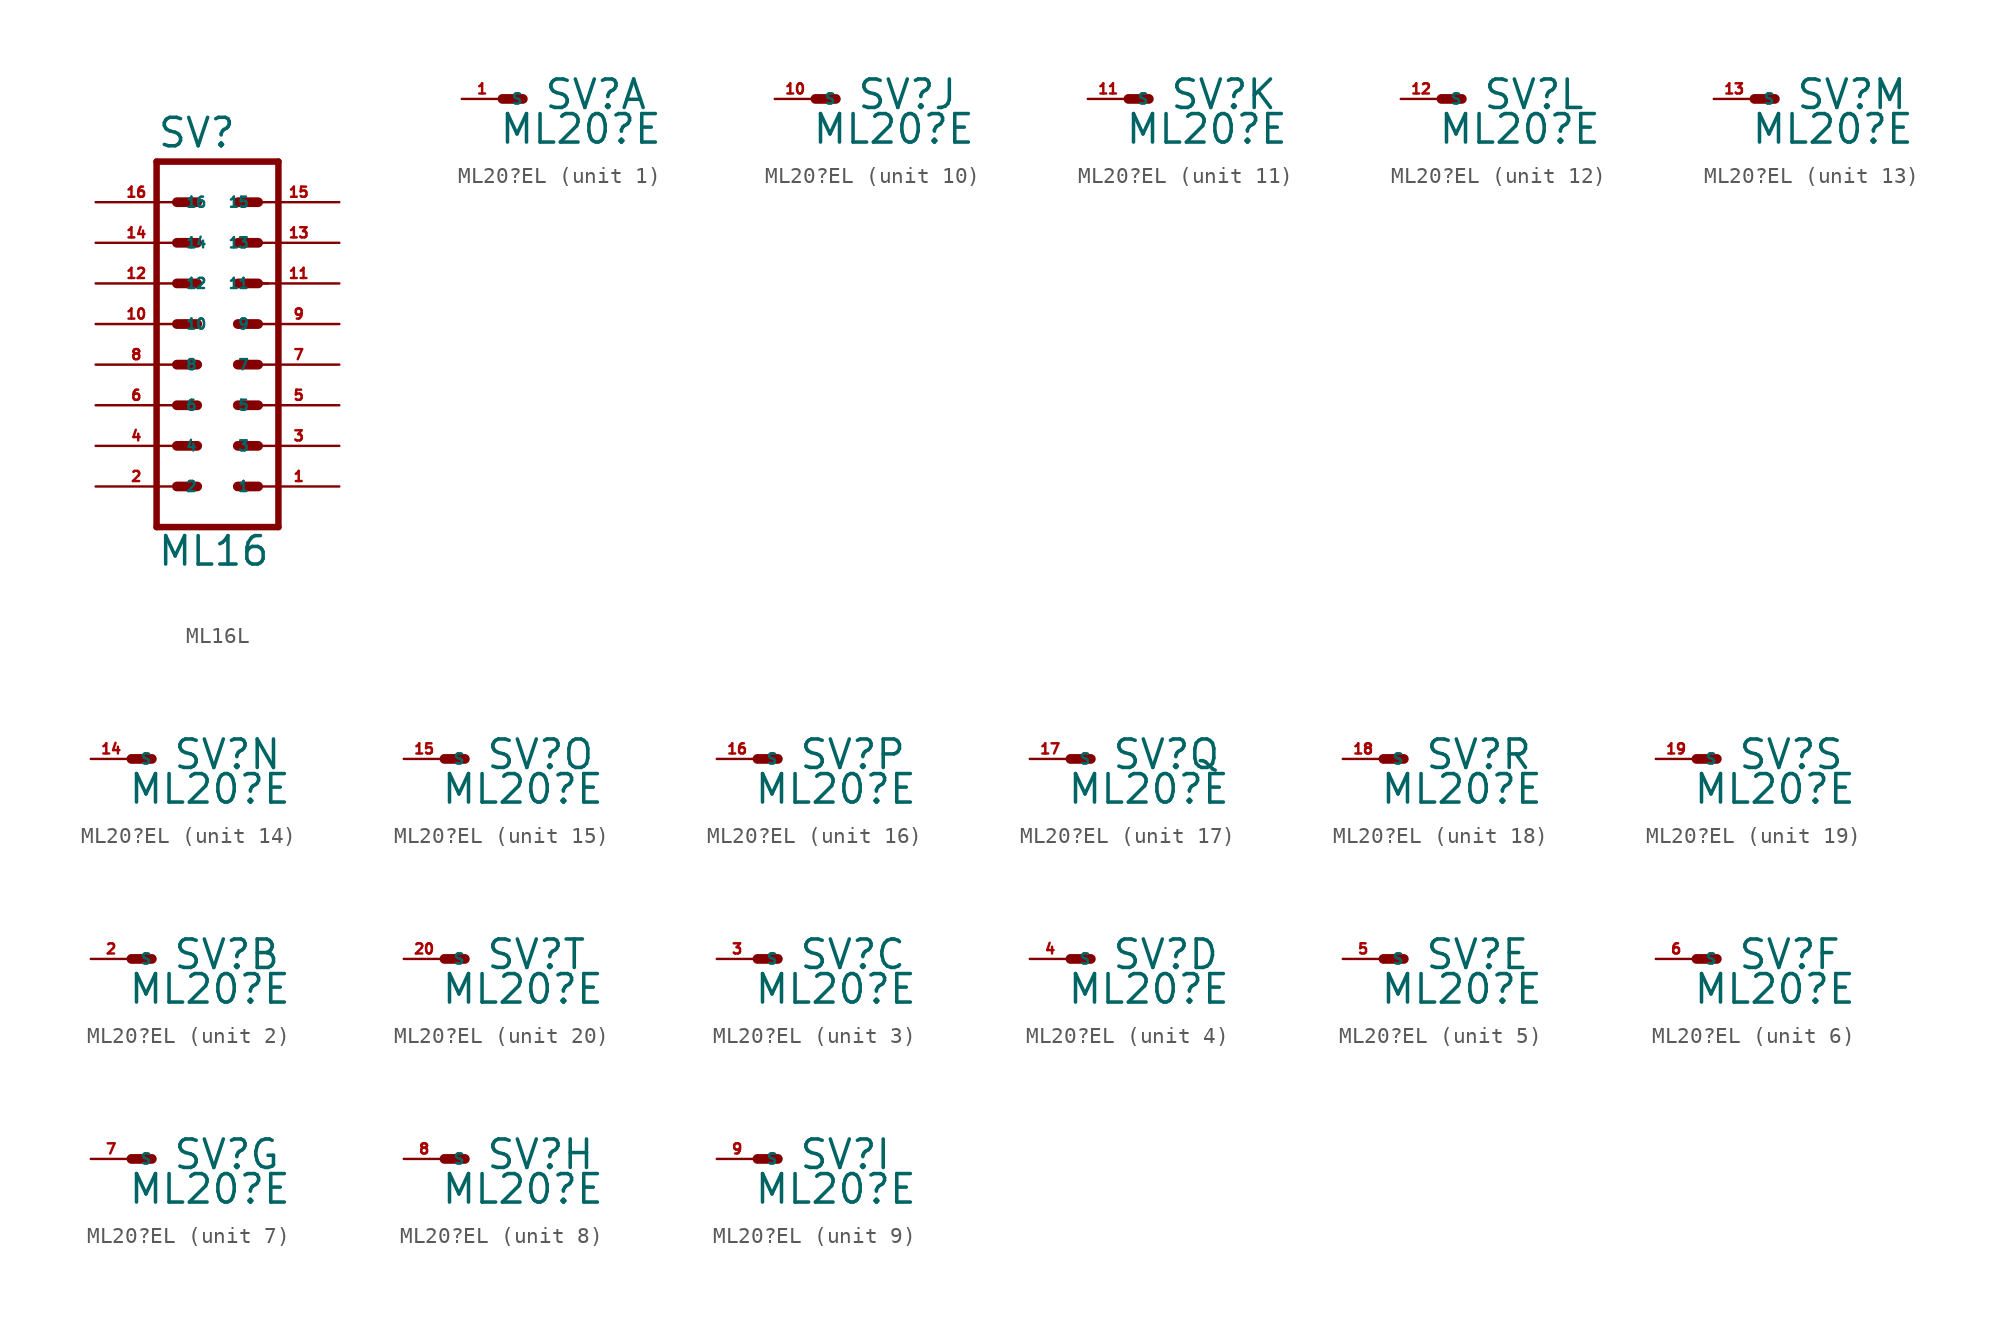
<source format=kicad_sym>
(kicad_symbol_lib
  (version 20220914)
  (generator Eagle2Kicad)
  (symbol "ML16L"
    (property "Reference" "SV"
      (at -3.81 10.922 0)
      (effects (font (size 1.778 1.778) (thickness 0.22)) (justify left bottom)))
    (property "Value" "ML16"
      (at -3.81 -15.24 0)
      (effects (font (size 1.778 1.778) (thickness 0.22)) (justify left bottom)))
    (polyline
      (pts (xy 3.81 -12.7) (xy -3.81 -12.7))
      (stroke (width 0.406) (type default))
      (fill (type none)))
    (polyline
      (pts (xy -3.81 10.16) (xy -3.81 -12.7))
      (stroke (width 0.406) (type default))
      (fill (type none)))
    (polyline
      (pts (xy -3.81 10.16) (xy 3.81 10.16))
      (stroke (width 0.406) (type default))
      (fill (type none)))
    (polyline
      (pts (xy 3.81 -12.7) (xy 3.81 10.16))
      (stroke (width 0.406) (type default))
      (fill (type none)))
    (polyline
      (pts (xy 2.54 2.54) (xy 3.175 2.54))
      (stroke (width 0.152) (type default))
      (fill (type none)))
    (polyline
      (pts (xy 1.27 0) (xy 2.54 0))
      (stroke (width 0.61) (type default))
      (fill (type none)))
    (polyline
      (pts (xy 1.27 -2.54) (xy 2.54 -2.54))
      (stroke (width 0.61) (type default))
      (fill (type none)))
    (polyline
      (pts (xy 1.27 -5.08) (xy 2.54 -5.08))
      (stroke (width 0.61) (type default))
      (fill (type none)))
    (polyline
      (pts (xy 1.27 -7.62) (xy 2.54 -7.62))
      (stroke (width 0.61) (type default))
      (fill (type none)))
    (polyline
      (pts (xy 1.27 -10.16) (xy 2.54 -10.16))
      (stroke (width 0.61) (type default))
      (fill (type none)))
    (polyline
      (pts (xy -2.54 0) (xy -1.27 0))
      (stroke (width 0.61) (type default))
      (fill (type none)))
    (polyline
      (pts (xy -2.54 -2.54) (xy -1.27 -2.54))
      (stroke (width 0.61) (type default))
      (fill (type none)))
    (polyline
      (pts (xy -2.54 -5.08) (xy -1.27 -5.08))
      (stroke (width 0.61) (type default))
      (fill (type none)))
    (polyline
      (pts (xy -2.54 -7.62) (xy -1.27 -7.62))
      (stroke (width 0.61) (type default))
      (fill (type none)))
    (polyline
      (pts (xy -2.54 -10.16) (xy -1.27 -10.16))
      (stroke (width 0.61) (type default))
      (fill (type none)))
    (polyline
      (pts (xy 1.27 2.54) (xy 2.54 2.54))
      (stroke (width 0.61) (type default))
      (fill (type none)))
    (polyline
      (pts (xy 1.27 5.08) (xy 2.54 5.08))
      (stroke (width 0.61) (type default))
      (fill (type none)))
    (polyline
      (pts (xy 1.27 7.62) (xy 2.54 7.62))
      (stroke (width 0.61) (type default))
      (fill (type none)))
    (polyline
      (pts (xy -2.54 2.54) (xy -1.27 2.54))
      (stroke (width 0.61) (type default))
      (fill (type none)))
    (polyline
      (pts (xy -2.54 5.08) (xy -1.27 5.08))
      (stroke (width 0.61) (type default))
      (fill (type none)))
    (polyline
      (pts (xy -2.54 7.62) (xy -1.27 7.62))
      (stroke (width 0.61) (type default))
      (fill (type none)))
    (pin passive line
      (at 7.62 -10.16 180)
      (length 5.08)
      (name "1" (effects (font (size 0.635 0.635) (thickness 0.08)) (justify left bottom)))
      (number "1" (effects (font (size 0.635 0.635) (thickness 0.08)) (justify left bottom))))
    (pin passive line
      (at 7.62 -7.62 180)
      (length 5.08)
      (name "3" (effects (font (size 0.635 0.635) (thickness 0.08)) (justify left bottom)))
      (number "3" (effects (font (size 0.635 0.635) (thickness 0.08)) (justify left bottom))))
    (pin passive line
      (at 7.62 -5.08 180)
      (length 5.08)
      (name "5" (effects (font (size 0.635 0.635) (thickness 0.08)) (justify left bottom)))
      (number "5" (effects (font (size 0.635 0.635) (thickness 0.08)) (justify left bottom))))
    (pin passive line
      (at 7.62 -2.54 180)
      (length 5.08)
      (name "7" (effects (font (size 0.635 0.635) (thickness 0.08)) (justify left bottom)))
      (number "7" (effects (font (size 0.635 0.635) (thickness 0.08)) (justify left bottom))))
    (pin passive line
      (at 7.62 0 180)
      (length 5.08)
      (name "9" (effects (font (size 0.635 0.635) (thickness 0.08)) (justify left bottom)))
      (number "9" (effects (font (size 0.635 0.635) (thickness 0.08)) (justify left bottom))))
    (pin passive line
      (at 7.62 2.54 180)
      (length 5.08)
      (name "11" (effects (font (size 0.635 0.635) (thickness 0.08)) (justify left bottom)))
      (number "11" (effects (font (size 0.635 0.635) (thickness 0.08)) (justify left bottom))))
    (pin passive line
      (at 7.62 5.08 180)
      (length 5.08)
      (name "13" (effects (font (size 0.635 0.635) (thickness 0.08)) (justify left bottom)))
      (number "13" (effects (font (size 0.635 0.635) (thickness 0.08)) (justify left bottom))))
    (pin passive line
      (at 7.62 7.62 180)
      (length 5.08)
      (name "15" (effects (font (size 0.635 0.635) (thickness 0.08)) (justify left bottom)))
      (number "15" (effects (font (size 0.635 0.635) (thickness 0.08)) (justify left bottom))))
    (pin passive line
      (at -7.62 -10.16 0)
      (length 5.08)
      (name "2" (effects (font (size 0.635 0.635) (thickness 0.08)) (justify left bottom)))
      (number "2" (effects (font (size 0.635 0.635) (thickness 0.08)) (justify left bottom))))
    (pin passive line
      (at -7.62 -7.62 0)
      (length 5.08)
      (name "4" (effects (font (size 0.635 0.635) (thickness 0.08)) (justify left bottom)))
      (number "4" (effects (font (size 0.635 0.635) (thickness 0.08)) (justify left bottom))))
    (pin passive line
      (at -7.62 -5.08 0)
      (length 5.08)
      (name "6" (effects (font (size 0.635 0.635) (thickness 0.08)) (justify left bottom)))
      (number "6" (effects (font (size 0.635 0.635) (thickness 0.08)) (justify left bottom))))
    (pin passive line
      (at -7.62 -2.54 0)
      (length 5.08)
      (name "8" (effects (font (size 0.635 0.635) (thickness 0.08)) (justify left bottom)))
      (number "8" (effects (font (size 0.635 0.635) (thickness 0.08)) (justify left bottom))))
    (pin passive line
      (at -7.62 0 0)
      (length 5.08)
      (name "10" (effects (font (size 0.635 0.635) (thickness 0.08)) (justify left bottom)))
      (number "10" (effects (font (size 0.635 0.635) (thickness 0.08)) (justify left bottom))))
    (pin passive line
      (at -7.62 2.54 0)
      (length 5.08)
      (name "12" (effects (font (size 0.635 0.635) (thickness 0.08)) (justify left bottom)))
      (number "12" (effects (font (size 0.635 0.635) (thickness 0.08)) (justify left bottom))))
    (pin passive line
      (at -7.62 5.08 0)
      (length 5.08)
      (name "14" (effects (font (size 0.635 0.635) (thickness 0.08)) (justify left bottom)))
      (number "14" (effects (font (size 0.635 0.635) (thickness 0.08)) (justify left bottom))))
    (pin passive line
      (at -7.62 7.62 0)
      (length 5.08)
      (name "16" (effects (font (size 0.635 0.635) (thickness 0.08)) (justify left bottom)))
      (number "16" (effects (font (size 0.635 0.635) (thickness 0.08)) (justify left bottom)))))
  (symbol "ML20?EL"
    (property "Reference" "SV"
      (at 2.54 -0.762 0)
      (effects (font (size 1.778 1.778) (thickness 0.22)) (justify left bottom)))
    (property "Value" "ML20?E"
      (at -0.254 -2.921 0)
      (effects (font (size 1.778 1.778) (thickness 0.22)) (justify left bottom)))
    (symbol "ML20?EL_1_0"
      (polyline (pts (xy 1.27 0) (xy 0 0)) (stroke (width 0.61) (type default)) (fill (type none)))
      (pin passive line (at -2.54 0 0) (length 2.54) (name "S" (effects (font (size 0.635 0.635) (thickness 0.08)) (justify left bottom))) (number "1" (effects (font (size 0.635 0.635) (thickness 0.08)) (justify left bottom)))))
    (symbol "ML20?EL_2_0"
      (polyline (pts (xy 1.27 0) (xy 0 0)) (stroke (width 0.61) (type default)) (fill (type none)))
      (pin passive line (at -2.54 0 0) (length 2.54) (name "S" (effects (font (size 0.635 0.635) (thickness 0.08)) (justify left bottom))) (number "2" (effects (font (size 0.635 0.635) (thickness 0.08)) (justify left bottom)))))
    (symbol "ML20?EL_3_0"
      (polyline (pts (xy 1.27 0) (xy 0 0)) (stroke (width 0.61) (type default)) (fill (type none)))
      (pin passive line (at -2.54 0 0) (length 2.54) (name "S" (effects (font (size 0.635 0.635) (thickness 0.08)) (justify left bottom))) (number "3" (effects (font (size 0.635 0.635) (thickness 0.08)) (justify left bottom)))))
    (symbol "ML20?EL_4_0"
      (polyline (pts (xy 1.27 0) (xy 0 0)) (stroke (width 0.61) (type default)) (fill (type none)))
      (pin passive line (at -2.54 0 0) (length 2.54) (name "S" (effects (font (size 0.635 0.635) (thickness 0.08)) (justify left bottom))) (number "4" (effects (font (size 0.635 0.635) (thickness 0.08)) (justify left bottom)))))
    (symbol "ML20?EL_5_0"
      (polyline (pts (xy 1.27 0) (xy 0 0)) (stroke (width 0.61) (type default)) (fill (type none)))
      (pin passive line (at -2.54 0 0) (length 2.54) (name "S" (effects (font (size 0.635 0.635) (thickness 0.08)) (justify left bottom))) (number "5" (effects (font (size 0.635 0.635) (thickness 0.08)) (justify left bottom)))))
    (symbol "ML20?EL_6_0"
      (polyline (pts (xy 1.27 0) (xy 0 0)) (stroke (width 0.61) (type default)) (fill (type none)))
      (pin passive line (at -2.54 0 0) (length 2.54) (name "S" (effects (font (size 0.635 0.635) (thickness 0.08)) (justify left bottom))) (number "6" (effects (font (size 0.635 0.635) (thickness 0.08)) (justify left bottom)))))
    (symbol "ML20?EL_7_0"
      (polyline (pts (xy 1.27 0) (xy 0 0)) (stroke (width 0.61) (type default)) (fill (type none)))
      (pin passive line (at -2.54 0 0) (length 2.54) (name "S" (effects (font (size 0.635 0.635) (thickness 0.08)) (justify left bottom))) (number "7" (effects (font (size 0.635 0.635) (thickness 0.08)) (justify left bottom)))))
    (symbol "ML20?EL_8_0"
      (polyline (pts (xy 1.27 0) (xy 0 0)) (stroke (width 0.61) (type default)) (fill (type none)))
      (pin passive line (at -2.54 0 0) (length 2.54) (name "S" (effects (font (size 0.635 0.635) (thickness 0.08)) (justify left bottom))) (number "8" (effects (font (size 0.635 0.635) (thickness 0.08)) (justify left bottom)))))
    (symbol "ML20?EL_9_0"
      (polyline (pts (xy 1.27 0) (xy 0 0)) (stroke (width 0.61) (type default)) (fill (type none)))
      (pin passive line (at -2.54 0 0) (length 2.54) (name "S" (effects (font (size 0.635 0.635) (thickness 0.08)) (justify left bottom))) (number "9" (effects (font (size 0.635 0.635) (thickness 0.08)) (justify left bottom)))))
    (symbol "ML20?EL_10_0"
      (polyline (pts (xy 1.27 0) (xy 0 0)) (stroke (width 0.61) (type default)) (fill (type none)))
      (pin passive line (at -2.54 0 0) (length 2.54) (name "S" (effects (font (size 0.635 0.635) (thickness 0.08)) (justify left bottom))) (number "10" (effects (font (size 0.635 0.635) (thickness 0.08)) (justify left bottom)))))
    (symbol "ML20?EL_11_0"
      (polyline (pts (xy 1.27 0) (xy 0 0)) (stroke (width 0.61) (type default)) (fill (type none)))
      (pin passive line (at -2.54 0 0) (length 2.54) (name "S" (effects (font (size 0.635 0.635) (thickness 0.08)) (justify left bottom))) (number "11" (effects (font (size 0.635 0.635) (thickness 0.08)) (justify left bottom)))))
    (symbol "ML20?EL_12_0"
      (polyline (pts (xy 1.27 0) (xy 0 0)) (stroke (width 0.61) (type default)) (fill (type none)))
      (pin passive line (at -2.54 0 0) (length 2.54) (name "S" (effects (font (size 0.635 0.635) (thickness 0.08)) (justify left bottom))) (number "12" (effects (font (size 0.635 0.635) (thickness 0.08)) (justify left bottom)))))
    (symbol "ML20?EL_13_0"
      (polyline (pts (xy 1.27 0) (xy 0 0)) (stroke (width 0.61) (type default)) (fill (type none)))
      (pin passive line (at -2.54 0 0) (length 2.54) (name "S" (effects (font (size 0.635 0.635) (thickness 0.08)) (justify left bottom))) (number "13" (effects (font (size 0.635 0.635) (thickness 0.08)) (justify left bottom)))))
    (symbol "ML20?EL_14_0"
      (polyline (pts (xy 1.27 0) (xy 0 0)) (stroke (width 0.61) (type default)) (fill (type none)))
      (pin passive line (at -2.54 0 0) (length 2.54) (name "S" (effects (font (size 0.635 0.635) (thickness 0.08)) (justify left bottom))) (number "14" (effects (font (size 0.635 0.635) (thickness 0.08)) (justify left bottom)))))
    (symbol "ML20?EL_15_0"
      (polyline (pts (xy 1.27 0) (xy 0 0)) (stroke (width 0.61) (type default)) (fill (type none)))
      (pin passive line (at -2.54 0 0) (length 2.54) (name "S" (effects (font (size 0.635 0.635) (thickness 0.08)) (justify left bottom))) (number "15" (effects (font (size 0.635 0.635) (thickness 0.08)) (justify left bottom)))))
    (symbol "ML20?EL_16_0"
      (polyline (pts (xy 1.27 0) (xy 0 0)) (stroke (width 0.61) (type default)) (fill (type none)))
      (pin passive line (at -2.54 0 0) (length 2.54) (name "S" (effects (font (size 0.635 0.635) (thickness 0.08)) (justify left bottom))) (number "16" (effects (font (size 0.635 0.635) (thickness 0.08)) (justify left bottom)))))
    (symbol "ML20?EL_17_0"
      (polyline (pts (xy 1.27 0) (xy 0 0)) (stroke (width 0.61) (type default)) (fill (type none)))
      (pin passive line (at -2.54 0 0) (length 2.54) (name "S" (effects (font (size 0.635 0.635) (thickness 0.08)) (justify left bottom))) (number "17" (effects (font (size 0.635 0.635) (thickness 0.08)) (justify left bottom)))))
    (symbol "ML20?EL_18_0"
      (polyline (pts (xy 1.27 0) (xy 0 0)) (stroke (width 0.61) (type default)) (fill (type none)))
      (pin passive line (at -2.54 0 0) (length 2.54) (name "S" (effects (font (size 0.635 0.635) (thickness 0.08)) (justify left bottom))) (number "18" (effects (font (size 0.635 0.635) (thickness 0.08)) (justify left bottom)))))
    (symbol "ML20?EL_19_0"
      (polyline (pts (xy 1.27 0) (xy 0 0)) (stroke (width 0.61) (type default)) (fill (type none)))
      (pin passive line (at -2.54 0 0) (length 2.54) (name "S" (effects (font (size 0.635 0.635) (thickness 0.08)) (justify left bottom))) (number "19" (effects (font (size 0.635 0.635) (thickness 0.08)) (justify left bottom)))))
    (symbol "ML20?EL_20_0"
      (polyline (pts (xy 1.27 0) (xy 0 0)) (stroke (width 0.61) (type default)) (fill (type none)))
      (pin passive line (at -2.54 0 0) (length 2.54) (name "S" (effects (font (size 0.635 0.635) (thickness 0.08)) (justify left bottom))) (number "20" (effects (font (size 0.635 0.635) (thickness 0.08)) (justify left bottom)))))))
</source>
